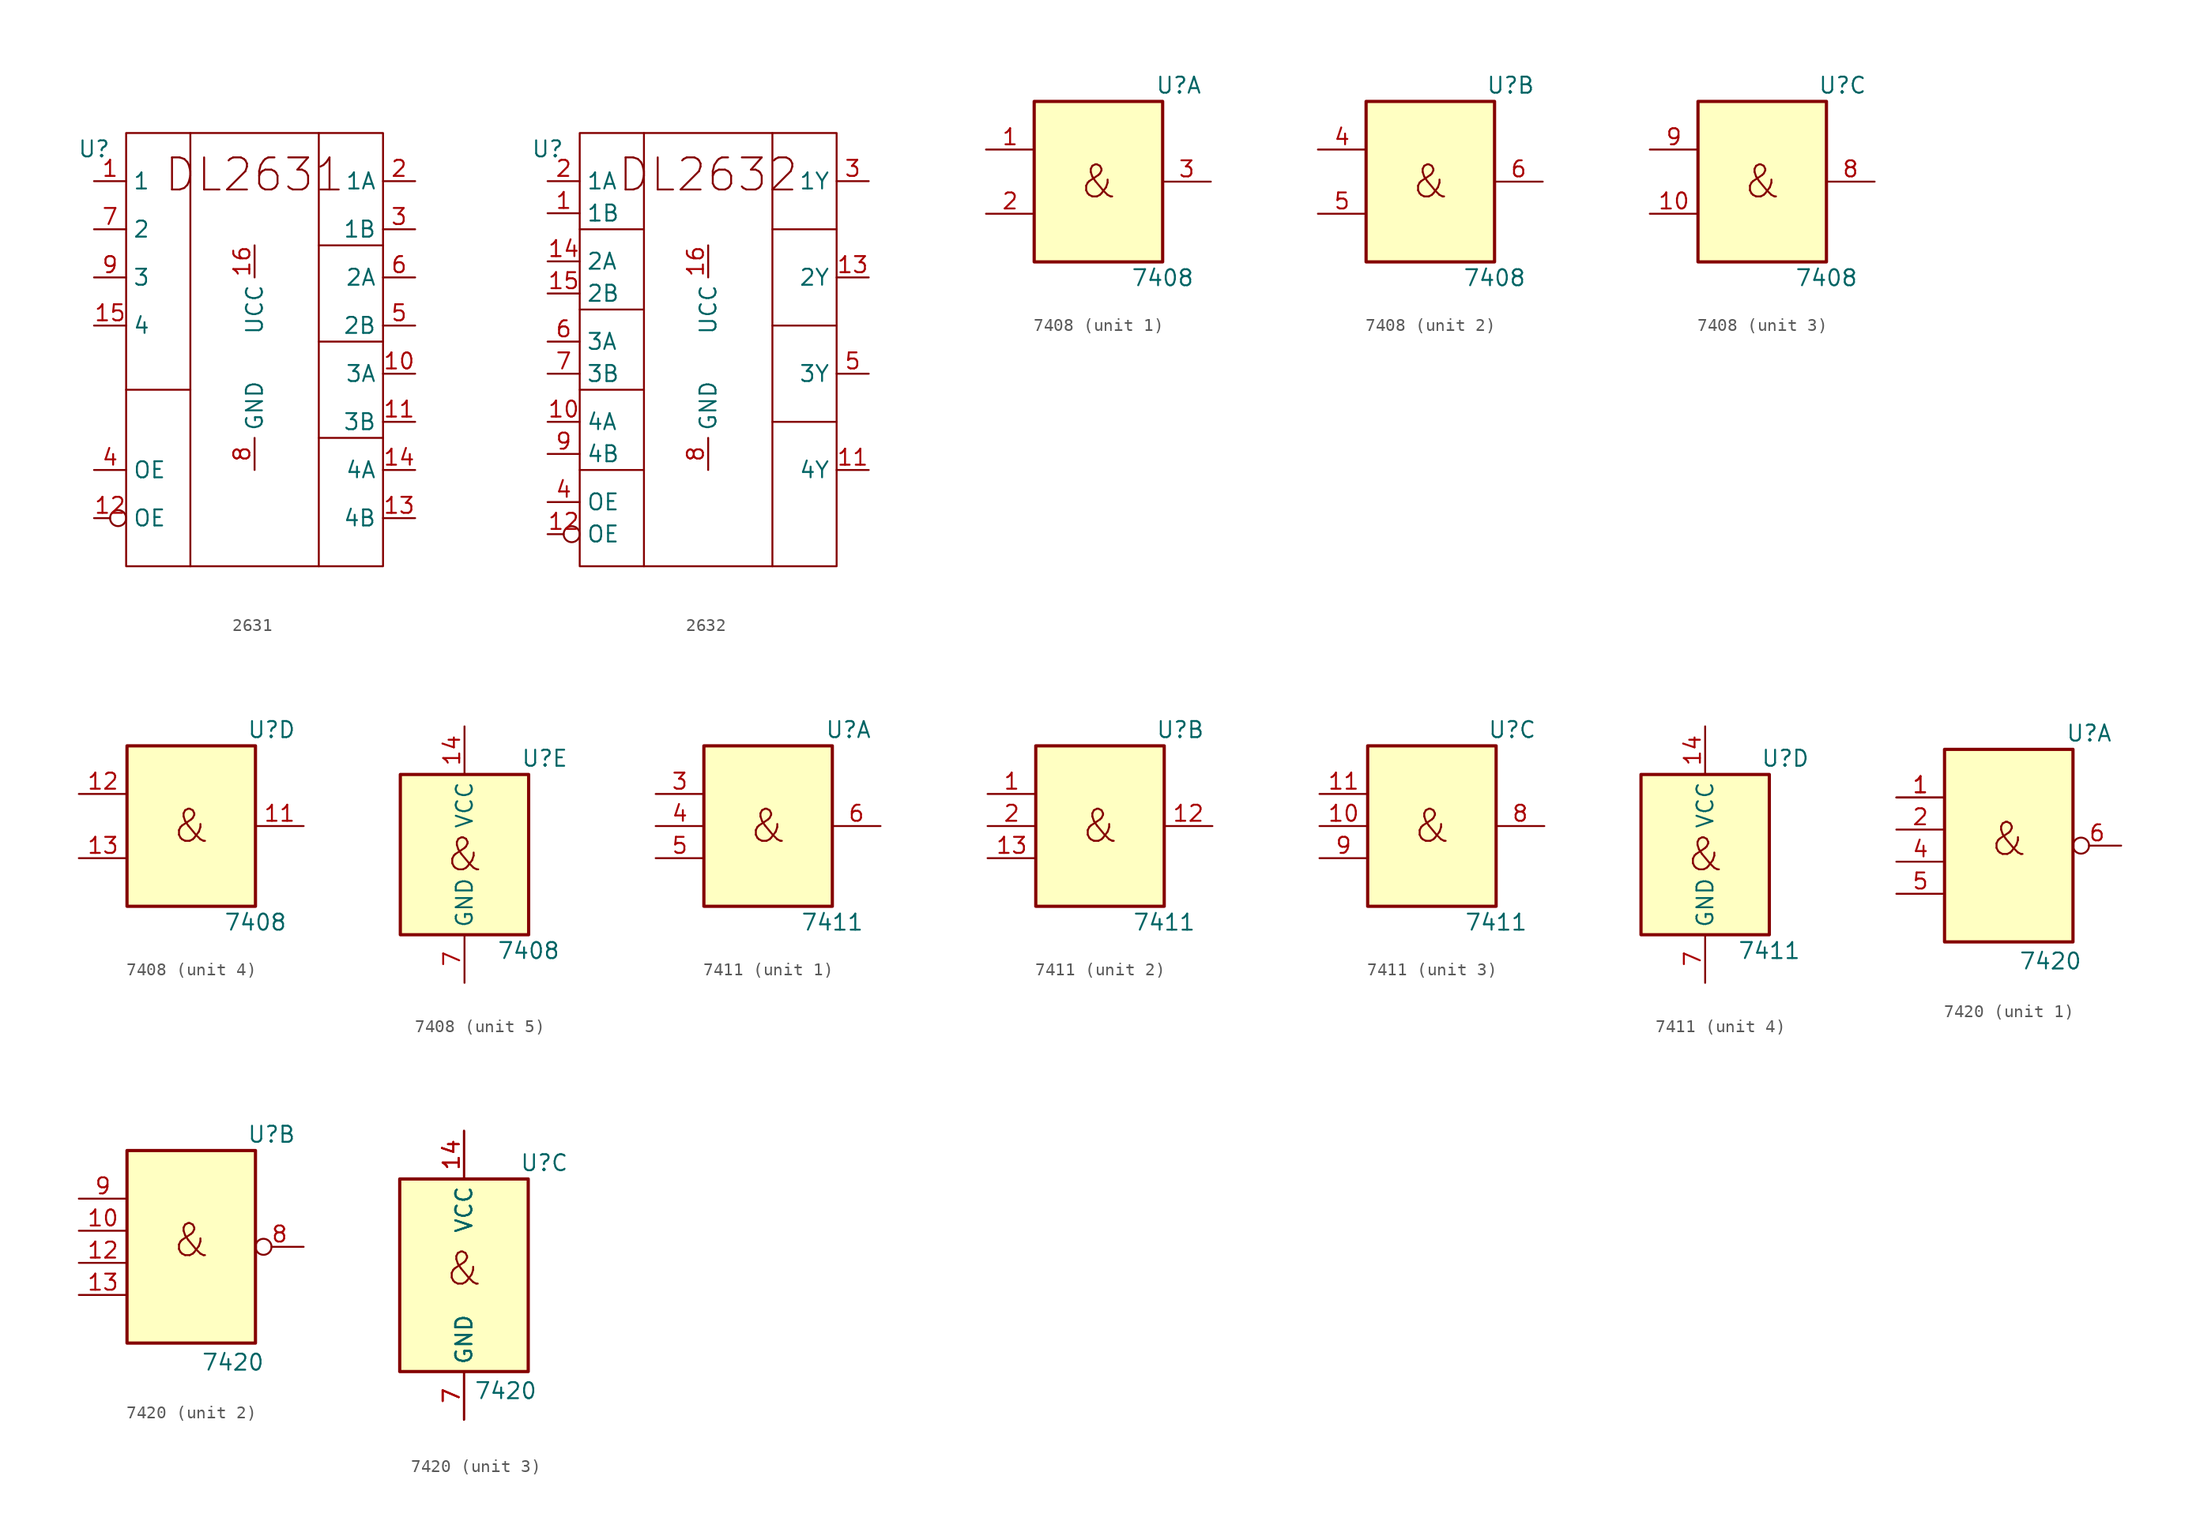
<source format=kicad_sym>
(kicad_symbol_lib
  (version 20231120)
  (generator "kicad_symbol_editor")
  (generator_version "8.0")
  (symbol "2631"
    (property "Reference" "U"
      (at 0 2.54 0)
      (effects (font (size 1.27 1.27))))
    (property "Value" ""
      (at 2.54 6.35 0)
      (effects (font (size 1.27 1.27))))
    (symbol "2631_0_1"
      (polyline (pts (xy 2.54 -16.51) (xy 7.62 -16.51)) (stroke (width 0) (type default)) (fill (type none)))
      (polyline (pts (xy 7.62 3.81) (xy 7.62 -30.48)) (stroke (width 0) (type default)) (fill (type none)))
      (polyline (pts (xy 17.78 -20.32) (xy 22.86 -20.32)) (stroke (width 0) (type default)) (fill (type none)))
      (polyline (pts (xy 17.78 -12.7) (xy 22.86 -12.7)) (stroke (width 0) (type default)) (fill (type none)))
      (polyline (pts (xy 17.78 -5.08) (xy 22.86 -5.08)) (stroke (width 0) (type default)) (fill (type none)))
      (polyline (pts (xy 17.78 3.81) (xy 17.78 -30.48)) (stroke (width 0) (type default)) (fill (type none)))
      (rectangle (start 2.54 3.81) (end 22.86 -30.48) (stroke (width 0) (type default)) (fill (type none))))
    (symbol "2631_1_1"
      (text "DL2631" (at 12.7 0.508 0) (effects (font (size 2.54 2.54))))
      (pin input line (at 0 0 0) (length 2.54) (name "1" (effects (font (size 1.27 1.27)))) (number "1" (effects (font (size 1.27 1.27)))))
      (pin output line (at 25.4 -15.24 180) (length 2.54) (name "3A" (effects (font (size 1.27 1.27)))) (number "10" (effects (font (size 1.27 1.27)))))
      (pin output line (at 25.4 -19.05 180) (length 2.54) (name "3B" (effects (font (size 1.27 1.27)))) (number "11" (effects (font (size 1.27 1.27)))))
      (pin input inverted (at 0 -26.67 0) (length 2.54) (name "OE" (effects (font (size 1.27 1.27)))) (number "12" (effects (font (size 1.27 1.27)))))
      (pin output line (at 25.4 -26.67 180) (length 2.54) (name "4B" (effects (font (size 1.27 1.27)))) (number "13" (effects (font (size 1.27 1.27)))))
      (pin output line (at 25.4 -22.86 180) (length 2.54) (name "4A" (effects (font (size 1.27 1.27)))) (number "14" (effects (font (size 1.27 1.27)))))
      (pin input line (at 0 -11.43 0) (length 2.54) (name "4" (effects (font (size 1.27 1.27)))) (number "15" (effects (font (size 1.27 1.27)))))
      (pin power_in line (at 12.7 -5.08 270) (length 2.54) (name "UCC" (effects (font (size 1.27 1.27)))) (number "16" (effects (font (size 1.27 1.27)))))
      (pin output line (at 25.4 0 180) (length 2.54) (name "1A" (effects (font (size 1.27 1.27)))) (number "2" (effects (font (size 1.27 1.27)))))
      (pin output line (at 25.4 -3.81 180) (length 2.54) (name "1B" (effects (font (size 1.27 1.27)))) (number "3" (effects (font (size 1.27 1.27)))))
      (pin input line (at 0 -22.86 0) (length 2.54) (name "OE" (effects (font (size 1.27 1.27)))) (number "4" (effects (font (size 1.27 1.27)))))
      (pin output line (at 25.4 -11.43 180) (length 2.54) (name "2B" (effects (font (size 1.27 1.27)))) (number "5" (effects (font (size 1.27 1.27)))))
      (pin output line (at 25.4 -7.62 180) (length 2.54) (name "2A" (effects (font (size 1.27 1.27)))) (number "6" (effects (font (size 1.27 1.27)))))
      (pin input line (at 0 -3.81 0) (length 2.54) (name "2" (effects (font (size 1.27 1.27)))) (number "7" (effects (font (size 1.27 1.27)))))
      (pin power_in line (at 12.7 -22.86 90) (length 2.54) (name "GND" (effects (font (size 1.27 1.27)))) (number "8" (effects (font (size 1.27 1.27)))))
      (pin input line (at 0 -7.62 0) (length 2.54) (name "3" (effects (font (size 1.27 1.27)))) (number "9" (effects (font (size 1.27 1.27)))))))
  (symbol "2632"
    (property "Reference" "U"
      (at 0 2.54 0)
      (effects (font (size 1.27 1.27))))
    (property "Value" ""
      (at 2.54 6.35 0)
      (effects (font (size 1.27 1.27))))
    (symbol "2632_0_1"
      (polyline (pts (xy 2.54 -22.86) (xy 7.62 -22.86)) (stroke (width 0) (type default)) (fill (type none)))
      (polyline (pts (xy 2.54 -16.51) (xy 7.62 -16.51)) (stroke (width 0) (type default)) (fill (type none)))
      (polyline (pts (xy 2.54 -10.16) (xy 7.62 -10.16)) (stroke (width 0) (type default)) (fill (type none)))
      (polyline (pts (xy 2.54 -3.81) (xy 7.62 -3.81)) (stroke (width 0) (type default)) (fill (type none)))
      (polyline (pts (xy 7.62 3.81) (xy 7.62 -30.48)) (stroke (width 0) (type default)) (fill (type none)))
      (polyline (pts (xy 17.78 -19.05) (xy 22.86 -19.05)) (stroke (width 0) (type default)) (fill (type none)))
      (polyline (pts (xy 17.78 -11.43) (xy 22.86 -11.43)) (stroke (width 0) (type default)) (fill (type none)))
      (polyline (pts (xy 17.78 -3.81) (xy 22.86 -3.81)) (stroke (width 0) (type default)) (fill (type none)))
      (polyline (pts (xy 17.78 3.81) (xy 17.78 -30.48)) (stroke (width 0) (type default)) (fill (type none)))
      (rectangle (start 2.54 3.81) (end 22.86 -30.48) (stroke (width 0) (type default)) (fill (type none))))
    (symbol "2632_1_1"
      (text "DL2632" (at 12.7 0.508 0) (effects (font (size 2.54 2.54))))
      (pin input line (at 0 -2.54 0) (length 2.54) (name "1B" (effects (font (size 1.27 1.27)))) (number "1" (effects (font (size 1.27 1.27)))))
      (pin input line (at 0 -19.05 0) (length 2.54) (name "4A" (effects (font (size 1.27 1.27)))) (number "10" (effects (font (size 1.27 1.27)))))
      (pin output line (at 25.4 -22.86 180) (length 2.54) (name "4Y" (effects (font (size 1.27 1.27)))) (number "11" (effects (font (size 1.27 1.27)))))
      (pin input inverted (at 0 -27.94 0) (length 2.54) (name "OE" (effects (font (size 1.27 1.27)))) (number "12" (effects (font (size 1.27 1.27)))))
      (pin output line (at 25.4 -7.62 180) (length 2.54) (name "2Y" (effects (font (size 1.27 1.27)))) (number "13" (effects (font (size 1.27 1.27)))))
      (pin input line (at 0 -6.35 0) (length 2.54) (name "2A" (effects (font (size 1.27 1.27)))) (number "14" (effects (font (size 1.27 1.27)))))
      (pin input line (at 0 -8.89 0) (length 2.54) (name "2B" (effects (font (size 1.27 1.27)))) (number "15" (effects (font (size 1.27 1.27)))))
      (pin power_in line (at 12.7 -5.08 270) (length 2.54) (name "UCC" (effects (font (size 1.27 1.27)))) (number "16" (effects (font (size 1.27 1.27)))))
      (pin input line (at 0 0 0) (length 2.54) (name "1A" (effects (font (size 1.27 1.27)))) (number "2" (effects (font (size 1.27 1.27)))))
      (pin output line (at 25.4 0 180) (length 2.54) (name "1Y" (effects (font (size 1.27 1.27)))) (number "3" (effects (font (size 1.27 1.27)))))
      (pin input line (at 0 -25.4 0) (length 2.54) (name "OE" (effects (font (size 1.27 1.27)))) (number "4" (effects (font (size 1.27 1.27)))))
      (pin output line (at 25.4 -15.24 180) (length 2.54) (name "3Y" (effects (font (size 1.27 1.27)))) (number "5" (effects (font (size 1.27 1.27)))))
      (pin input line (at 0 -12.7 0) (length 2.54) (name "3A" (effects (font (size 1.27 1.27)))) (number "6" (effects (font (size 1.27 1.27)))))
      (pin input line (at 0 -15.24 0) (length 2.54) (name "3B" (effects (font (size 1.27 1.27)))) (number "7" (effects (font (size 1.27 1.27)))))
      (pin power_in line (at 12.7 -22.86 90) (length 2.54) (name "GND" (effects (font (size 1.27 1.27)))) (number "8" (effects (font (size 1.27 1.27)))))
      (pin input line (at 0 -21.59 0) (length 2.54) (name "4B" (effects (font (size 1.27 1.27)))) (number "9" (effects (font (size 1.27 1.27)))))))
  (symbol "7408"
    (property "Reference" "U"
      (at 6.35 7.62 0)
      (effects (font (size 1.27 1.27))))
    (property "Value" "7408"
      (at 5.08 -7.62 0)
      (effects (font (size 1.27 1.27))))
    (property "ki_locked" ""
      (at 0 0 0)
      (effects (font (size 1.27 1.27))))
    (symbol "7408_0_0"
      (text "&" (at 0 0 0) (effects (font (size 2.54 2.54)))))
    (symbol "7408_0_1"
      (rectangle (start -5.08 6.35) (end 5.08 -6.35) (stroke (width 0.254) (type default)) (fill (type background))))
    (symbol "7408_1_1"
      (pin input line (at -8.89 2.54 0) (length 3.81) (name "~" (effects (font (size 1.27 1.27)))) (number "1" (effects (font (size 1.27 1.27)))))
      (pin input line (at -8.89 -2.54 0) (length 3.81) (name "~" (effects (font (size 1.27 1.27)))) (number "2" (effects (font (size 1.27 1.27)))))
      (pin output line (at 8.89 0 180) (length 3.81) (name "~" (effects (font (size 1.27 1.27)))) (number "3" (effects (font (size 1.27 1.27))))))
    (symbol "7408_2_1"
      (pin input line (at -8.89 2.54 0) (length 3.81) (name "~" (effects (font (size 1.27 1.27)))) (number "4" (effects (font (size 1.27 1.27)))))
      (pin input line (at -8.89 -2.54 0) (length 3.81) (name "~" (effects (font (size 1.27 1.27)))) (number "5" (effects (font (size 1.27 1.27)))))
      (pin output line (at 8.89 0 180) (length 3.81) (name "~" (effects (font (size 1.27 1.27)))) (number "6" (effects (font (size 1.27 1.27))))))
    (symbol "7408_3_1"
      (pin input line (at -8.89 -2.54 0) (length 3.81) (name "~" (effects (font (size 1.27 1.27)))) (number "10" (effects (font (size 1.27 1.27)))))
      (pin output line (at 8.89 0 180) (length 3.81) (name "~" (effects (font (size 1.27 1.27)))) (number "8" (effects (font (size 1.27 1.27)))))
      (pin input line (at -8.89 2.54 0) (length 3.81) (name "~" (effects (font (size 1.27 1.27)))) (number "9" (effects (font (size 1.27 1.27))))))
    (symbol "7408_4_1"
      (pin output line (at 8.89 0 180) (length 3.81) (name "~" (effects (font (size 1.27 1.27)))) (number "11" (effects (font (size 1.27 1.27)))))
      (pin input line (at -8.89 2.54 0) (length 3.81) (name "~" (effects (font (size 1.27 1.27)))) (number "12" (effects (font (size 1.27 1.27)))))
      (pin input line (at -8.89 -2.54 0) (length 3.81) (name "~" (effects (font (size 1.27 1.27)))) (number "13" (effects (font (size 1.27 1.27))))))
    (symbol "7408_5_1"
      (pin power_in line (at 0 10.16 270) (length 3.81) (name "VCC" (effects (font (size 1.27 1.27)))) (number "14" (effects (font (size 1.27 1.27)))))
      (pin power_in line (at 0 -10.16 90) (length 3.81) (name "GND" (effects (font (size 1.27 1.27)))) (number "7" (effects (font (size 1.27 1.27)))))))
  (symbol "7411"
    (property "Reference" "U"
      (at 6.35 7.62 0)
      (effects (font (size 1.27 1.27))))
    (property "Value" "7411"
      (at 5.08 -7.62 0)
      (effects (font (size 1.27 1.27))))
    (property "ki_locked" ""
      (at 0 0 0)
      (effects (font (size 1.27 1.27))))
    (symbol "7411_0_0"
      (text "&" (at 0 0 0) (effects (font (size 2.54 2.54)))))
    (symbol "7411_0_1"
      (rectangle (start -5.08 6.35) (end 5.08 -6.35) (stroke (width 0.254) (type default)) (fill (type background))))
    (symbol "7411_1_1"
      (pin input line (at -8.89 2.54 0) (length 3.81) (name "~" (effects (font (size 1.27 1.27)))) (number "3" (effects (font (size 1.27 1.27)))))
      (pin input line (at -8.89 0 0) (length 3.81) (name "~" (effects (font (size 1.27 1.27)))) (number "4" (effects (font (size 1.27 1.27)))))
      (pin input line (at -8.89 -2.54 0) (length 3.81) (name "~" (effects (font (size 1.27 1.27)))) (number "5" (effects (font (size 1.27 1.27)))))
      (pin output line (at 8.89 0 180) (length 3.81) (name "~" (effects (font (size 1.27 1.27)))) (number "6" (effects (font (size 1.27 1.27))))))
    (symbol "7411_2_1"
      (pin input line (at -8.89 2.54 0) (length 3.81) (name "~" (effects (font (size 1.27 1.27)))) (number "1" (effects (font (size 1.27 1.27)))))
      (pin output line (at 8.89 0 180) (length 3.81) (name "~" (effects (font (size 1.27 1.27)))) (number "12" (effects (font (size 1.27 1.27)))))
      (pin input line (at -8.89 -2.54 0) (length 3.81) (name "~" (effects (font (size 1.27 1.27)))) (number "13" (effects (font (size 1.27 1.27)))))
      (pin input line (at -8.89 0 0) (length 3.81) (name "~" (effects (font (size 1.27 1.27)))) (number "2" (effects (font (size 1.27 1.27))))))
    (symbol "7411_3_1"
      (pin input line (at -8.89 0 0) (length 3.81) (name "~" (effects (font (size 1.27 1.27)))) (number "10" (effects (font (size 1.27 1.27)))))
      (pin input line (at -8.89 2.54 0) (length 3.81) (name "~" (effects (font (size 1.27 1.27)))) (number "11" (effects (font (size 1.27 1.27)))))
      (pin output line (at 8.89 0 180) (length 3.81) (name "~" (effects (font (size 1.27 1.27)))) (number "8" (effects (font (size 1.27 1.27)))))
      (pin input line (at -8.89 -2.54 0) (length 3.81) (name "~" (effects (font (size 1.27 1.27)))) (number "9" (effects (font (size 1.27 1.27))))))
    (symbol "7411_4_1"
      (pin power_in line (at 0 10.16 270) (length 3.81) (name "VCC" (effects (font (size 1.27 1.27)))) (number "14" (effects (font (size 1.27 1.27)))))
      (pin power_in line (at 0 -10.16 90) (length 3.81) (name "GND" (effects (font (size 1.27 1.27)))) (number "7" (effects (font (size 1.27 1.27)))))))
  (symbol "7420"
    (property "Reference" "U"
      (at 6.35 7.62 0)
      (effects (font (size 1.27 1.27))))
    (property "Value" "7420"
      (at 3.302 -10.414 0)
      (effects (font (size 1.27 1.27))))
    (property "ki_locked" ""
      (at 0 0 0)
      (effects (font (size 1.27 1.27))))
    (symbol "7420_0_0"
      (text "&" (at 0 -0.762 0) (effects (font (size 2.54 2.54)))))
    (symbol "7420_0_1"
      (rectangle (start -5.08 6.35) (end 5.08 -8.89) (stroke (width 0.254) (type default)) (fill (type background))))
    (symbol "7420_1_1"
      (pin input line (at -8.89 2.54 0) (length 3.81) (name "~" (effects (font (size 1.27 1.27)))) (number "1" (effects (font (size 1.27 1.27)))))
      (pin input line (at -8.89 2.54 0) (length 3.81) (name "~" (effects (font (size 1.27 1.27)))) (number "1" (effects (font (size 1.27 1.27)))))
      (pin input line (at -8.89 0 0) (length 3.81) (name "~" (effects (font (size 1.27 1.27)))) (number "2" (effects (font (size 1.27 1.27)))))
      (pin input line (at -8.89 0 0) (length 3.81) hide (name "~" (effects (font (size 1.27 1.27)))) (number "2" (effects (font (size 1.27 1.27)))))
      (pin input line (at -8.89 -2.54 0) (length 3.81) (name "~" (effects (font (size 1.27 1.27)))) (number "4" (effects (font (size 1.27 1.27)))))
      (pin input line (at -8.89 -5.08 0) (length 3.81) (name "~" (effects (font (size 1.27 1.27)))) (number "5" (effects (font (size 1.27 1.27)))))
      (pin output inverted (at 8.89 -1.27 180) (length 3.81) (name "~" (effects (font (size 1.27 1.27)))) (number "6" (effects (font (size 1.27 1.27))))))
    (symbol "7420_2_1"
      (pin input line (at -8.89 0 0) (length 3.81) (name "~" (effects (font (size 1.27 1.27)))) (number "10" (effects (font (size 1.27 1.27)))))
      (pin input line (at -8.89 -2.54 0) (length 3.81) (name "~" (effects (font (size 1.27 1.27)))) (number "12" (effects (font (size 1.27 1.27)))))
      (pin input line (at -8.89 -5.08 0) (length 3.81) (name "~" (effects (font (size 1.27 1.27)))) (number "13" (effects (font (size 1.27 1.27)))))
      (pin output inverted (at 8.89 -1.27 180) (length 3.81) (name "~" (effects (font (size 1.27 1.27)))) (number "8" (effects (font (size 1.27 1.27)))))
      (pin input line (at -8.89 2.54 0) (length 3.81) (name "~" (effects (font (size 1.27 1.27)))) (number "9" (effects (font (size 1.27 1.27))))))
    (symbol "7420_3_1"
      (pin power_in line (at 0 10.16 270) (length 3.81) (name "VCC" (effects (font (size 1.27 1.27)))) (number "14" (effects (font (size 1.27 1.27)))))
      (pin power_in line (at 0 10.16 270) (length 3.81) (name "VCC" (effects (font (size 1.27 1.27)))) (number "14" (effects (font (size 1.27 1.27)))))
      (pin power_in line (at 0 10.16 270) (length 3.81) (name "VCC" (effects (font (size 1.27 1.27)))) (number "14" (effects (font (size 1.27 1.27)))))
      (pin power_in line (at 0 -12.7 90) (length 3.81) (name "GND" (effects (font (size 1.27 1.27)))) (number "7" (effects (font (size 1.27 1.27)))))
      (pin power_in line (at 0 -12.7 90) (length 3.81) (name "GND" (effects (font (size 1.27 1.27)))) (number "7" (effects (font (size 1.27 1.27)))))
      (pin power_in line (at 0 -12.7 90) (length 3.81) (name "GND" (effects (font (size 1.27 1.27)))) (number "7" (effects (font (size 1.27 1.27))))))))
</source>
